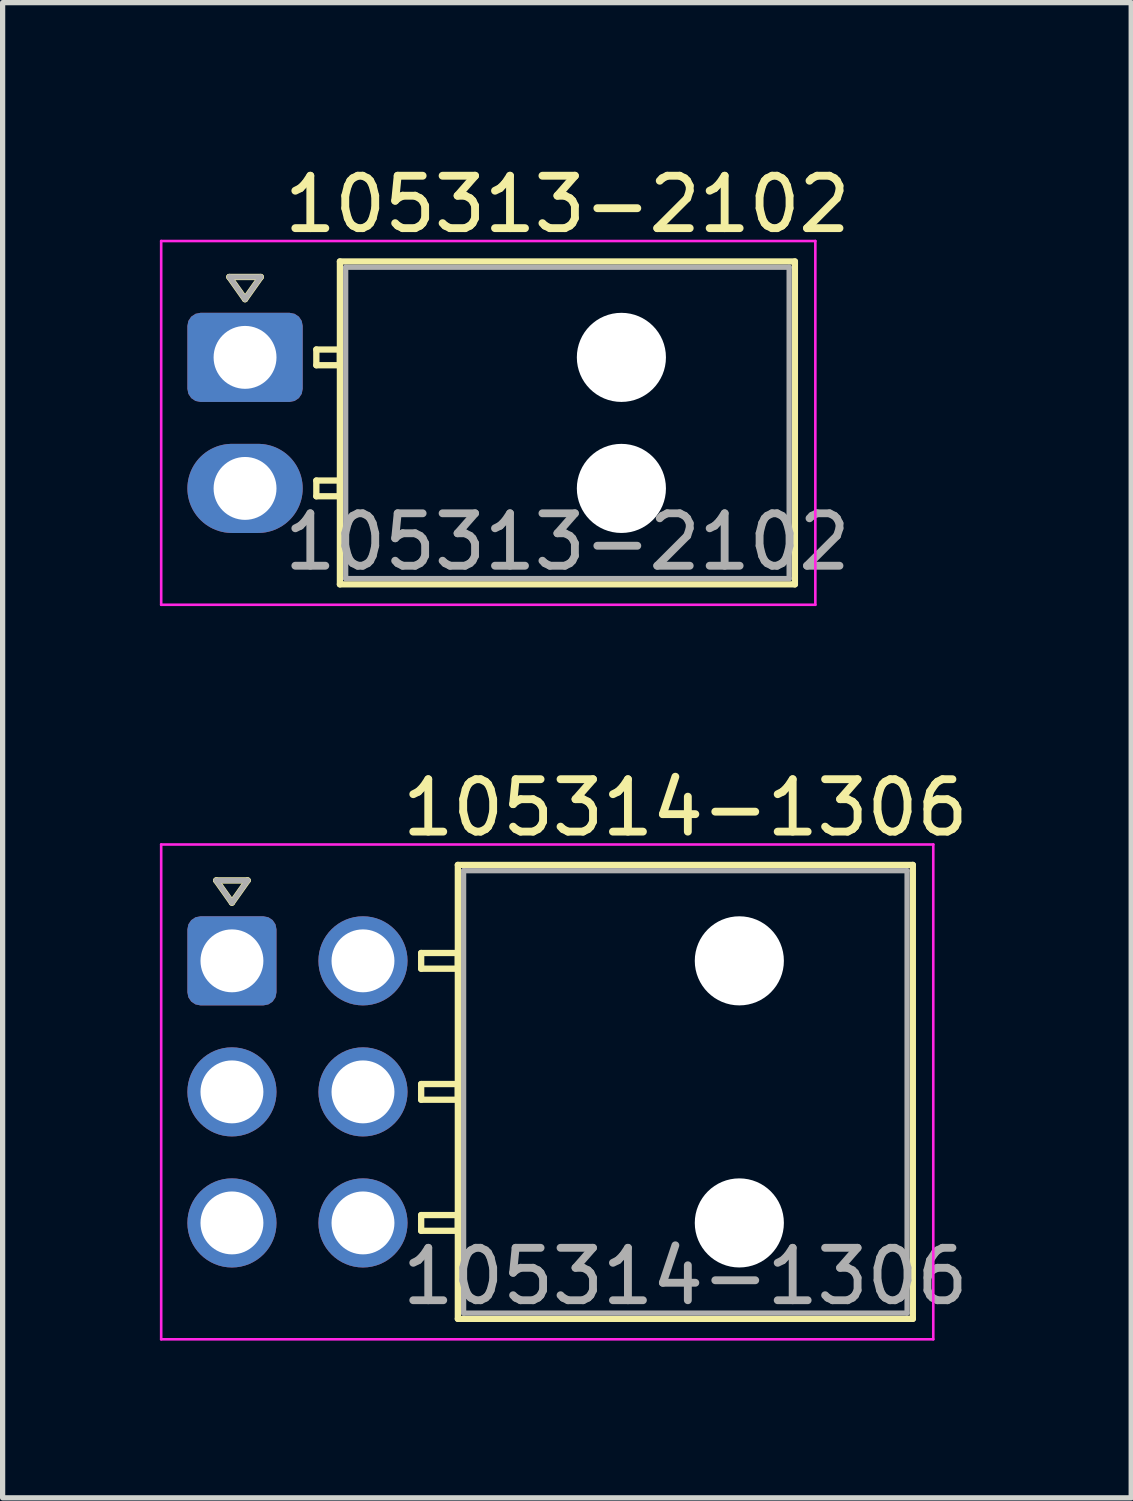
<source format=kicad_pcb>
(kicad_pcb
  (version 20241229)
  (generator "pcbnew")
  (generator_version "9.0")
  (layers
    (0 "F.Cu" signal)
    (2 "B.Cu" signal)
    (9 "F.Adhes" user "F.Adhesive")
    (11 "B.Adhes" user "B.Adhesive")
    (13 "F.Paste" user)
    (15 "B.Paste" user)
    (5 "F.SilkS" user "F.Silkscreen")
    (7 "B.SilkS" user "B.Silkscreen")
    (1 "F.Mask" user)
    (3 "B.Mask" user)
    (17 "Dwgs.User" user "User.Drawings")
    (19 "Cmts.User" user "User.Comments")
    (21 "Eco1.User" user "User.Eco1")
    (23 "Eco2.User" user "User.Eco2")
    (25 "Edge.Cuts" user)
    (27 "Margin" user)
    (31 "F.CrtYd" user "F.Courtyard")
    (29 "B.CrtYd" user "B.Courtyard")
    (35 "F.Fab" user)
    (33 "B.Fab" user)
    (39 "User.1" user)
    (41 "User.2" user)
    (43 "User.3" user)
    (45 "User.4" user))
  (footprint "105314-1306"
    (layer "F.Cu")
    (at 1.375 15.281)
    (property "Reference" "105314-1306" (at 8.65 -2.92 0) (layer "F.SilkS") (effects (font (size 1 1) (thickness 0.15))))
    (attr through_hole)
    (fp_line (start -0.3 -1.534) (end 0 -1.11) (stroke (width 0.12) (type solid)) (layer "F.SilkS"))
    (fp_line (start 0 -1.11) (end 0.3 -1.534) (stroke (width 0.12) (type solid)) (layer "F.SilkS"))
    (fp_line (start 0.3 -1.534) (end -0.3 -1.534) (stroke (width 0.12) (type solid)) (layer "F.SilkS"))
    (fp_line (start 3.61 -0.15) (end 3.61 0.15) (stroke (width 0.12) (type solid)) (layer "F.SilkS"))
    (fp_line (start 3.61 0.15) (end 4.31 0.15) (stroke (width 0.12) (type solid)) (layer "F.SilkS"))
    (fp_line (start 3.61 2.35) (end 3.61 2.65) (stroke (width 0.12) (type solid)) (layer "F.SilkS"))
    (fp_line (start 3.61 2.65) (end 4.31 2.65) (stroke (width 0.12) (type solid)) (layer "F.SilkS"))
    (fp_line (start 3.61 4.85) (end 3.61 5.15) (stroke (width 0.12) (type solid)) (layer "F.SilkS"))
    (fp_line (start 3.61 5.15) (end 4.31 5.15) (stroke (width 0.12) (type solid)) (layer "F.SilkS"))
    (fp_line (start 4.31 -1.83) (end 4.31 6.83) (stroke (width 0.12) (type solid)) (layer "F.SilkS"))
    (fp_line (start 4.31 -0.15) (end 3.61 -0.15) (stroke (width 0.12) (type solid)) (layer "F.SilkS"))
    (fp_line (start 4.31 0.15) (end 4.31 -0.15) (stroke (width 0.12) (type solid)) (layer "F.SilkS"))
    (fp_line (start 4.31 2.35) (end 3.61 2.35) (stroke (width 0.12) (type solid)) (layer "F.SilkS"))
    (fp_line (start 4.31 2.65) (end 4.31 2.35) (stroke (width 0.12) (type solid)) (layer "F.SilkS"))
    (fp_line (start 4.31 4.85) (end 3.61 4.85) (stroke (width 0.12) (type solid)) (layer "F.SilkS"))
    (fp_line (start 4.31 5.15) (end 4.31 4.85) (stroke (width 0.12) (type solid)) (layer "F.SilkS"))
    (fp_line (start 4.31 6.83) (end 12.99 6.83) (stroke (width 0.12) (type solid)) (layer "F.SilkS"))
    (fp_line (start 12.99 -1.83) (end 4.31 -1.83) (stroke (width 0.12) (type solid)) (layer "F.SilkS"))
    (fp_line (start 12.99 6.83) (end 12.99 -1.83) (stroke (width 0.12) (type solid)) (layer "F.SilkS"))
    (fp_line (start -1.35 -2.22) (end -1.35 7.22) (stroke (width 0.05) (type solid)) (layer "F.CrtYd"))
    (fp_line (start -1.35 7.22) (end 13.38 7.22) (stroke (width 0.05) (type solid)) (layer "F.CrtYd"))
    (fp_line (start 13.38 -2.22) (end -1.35 -2.22) (stroke (width 0.05) (type solid)) (layer "F.CrtYd"))
    (fp_line (start 13.38 7.22) (end 13.38 -2.22) (stroke (width 0.05) (type solid)) (layer "F.CrtYd"))
    (fp_line (start -0.3 -1.534) (end 0 -1.11) (stroke (width 0.1) (type solid)) (layer "F.Fab"))
    (fp_line (start 0 -1.11) (end 0.3 -1.534) (stroke (width 0.1) (type solid)) (layer "F.Fab"))
    (fp_line (start 0.3 -1.534) (end -0.3 -1.534) (stroke (width 0.1) (type solid)) (layer "F.Fab"))
    (fp_line (start 4.42 -1.72) (end 4.42 6.72) (stroke (width 0.1) (type solid)) (layer "F.Fab"))
    (fp_line (start 4.42 6.72) (end 12.88 6.72) (stroke (width 0.1) (type solid)) (layer "F.Fab"))
    (fp_line (start 12.88 -1.72) (end 4.42 -1.72) (stroke (width 0.1) (type solid)) (layer "F.Fab"))
    (fp_line (start 12.88 6.72) (end 12.88 -1.72) (stroke (width 0.1) (type solid)) (layer "F.Fab"))
    (fp_text user "${REFERENCE}" (at 8.65 6.02 0) (layer "F.Fab") (effects (font (size 1 1) (thickness 0.15))))
    (pad "" np_thru_hole circle (at 9.68 0) (size 1.7 1.7) (drill 1.7) (layers "*.Cu" "*.Mask"))
    (pad "" np_thru_hole circle (at 9.68 5) (size 1.7 1.7) (drill 1.7) (layers "*.Cu" "*.Mask"))
    (pad "1" thru_hole roundrect (at 0 0) (size 1.7 1.7) (drill 1.2) (layers "*.Cu" "*.Mask") (roundrect_rratio 0.147))
    (pad "2" thru_hole circle (at 0 2.5) (size 1.7 1.7) (drill 1.2) (layers "*.Cu" "*.Mask"))
    (pad "3" thru_hole circle (at 0 5) (size 1.7 1.7) (drill 1.2) (layers "*.Cu" "*.Mask"))
    (pad "4" thru_hole circle (at 2.5 0) (size 1.7 1.7) (drill 1.2) (layers "*.Cu" "*.Mask"))
    (pad "5" thru_hole circle (at 2.5 2.5) (size 1.7 1.7) (drill 1.2) (layers "*.Cu" "*.Mask"))
    (pad "6" thru_hole circle (at 2.5 5) (size 1.7 1.7) (drill 1.2) (layers "*.Cu" "*.Mask")))
  (footprint "105313-2102"
    (layer "F.Cu")
    (at 1.625 3.768)
    (property "Reference" "105313-2102" (at 6.15 -2.92 0) (layer "F.SilkS") (effects (font (size 1 1) (thickness 0.15))))
    (attr through_hole)
    (fp_line (start -0.3 -1.534) (end 0 -1.11) (stroke (width 0.12) (type solid)) (layer "F.SilkS"))
    (fp_line (start 0 -1.11) (end 0.3 -1.534) (stroke (width 0.12) (type solid)) (layer "F.SilkS"))
    (fp_line (start 0.3 -1.534) (end -0.3 -1.534) (stroke (width 0.12) (type solid)) (layer "F.SilkS"))
    (fp_line (start 1.36 -0.15) (end 1.36 0.15) (stroke (width 0.12) (type solid)) (layer "F.SilkS"))
    (fp_line (start 1.36 0.15) (end 1.81 0.15) (stroke (width 0.12) (type solid)) (layer "F.SilkS"))
    (fp_line (start 1.36 2.35) (end 1.36 2.65) (stroke (width 0.12) (type solid)) (layer "F.SilkS"))
    (fp_line (start 1.36 2.65) (end 1.81 2.65) (stroke (width 0.12) (type solid)) (layer "F.SilkS"))
    (fp_line (start 1.81 -1.83) (end 1.81 4.33) (stroke (width 0.12) (type solid)) (layer "F.SilkS"))
    (fp_line (start 1.81 -0.15) (end 1.36 -0.15) (stroke (width 0.12) (type solid)) (layer "F.SilkS"))
    (fp_line (start 1.81 0.15) (end 1.81 -0.15) (stroke (width 0.12) (type solid)) (layer "F.SilkS"))
    (fp_line (start 1.81 2.35) (end 1.36 2.35) (stroke (width 0.12) (type solid)) (layer "F.SilkS"))
    (fp_line (start 1.81 2.65) (end 1.81 2.35) (stroke (width 0.12) (type solid)) (layer "F.SilkS"))
    (fp_line (start 1.81 4.33) (end 10.49 4.33) (stroke (width 0.12) (type solid)) (layer "F.SilkS"))
    (fp_line (start 10.49 -1.83) (end 1.81 -1.83) (stroke (width 0.12) (type solid)) (layer "F.SilkS"))
    (fp_line (start 10.49 4.33) (end 10.49 -1.83) (stroke (width 0.12) (type solid)) (layer "F.SilkS"))
    (fp_line (start -1.6 -2.22) (end -1.6 4.72) (stroke (width 0.05) (type solid)) (layer "F.CrtYd"))
    (fp_line (start -1.6 4.72) (end 10.88 4.72) (stroke (width 0.05) (type solid)) (layer "F.CrtYd"))
    (fp_line (start 10.88 -2.22) (end -1.6 -2.22) (stroke (width 0.05) (type solid)) (layer "F.CrtYd"))
    (fp_line (start 10.88 4.72) (end 10.88 -2.22) (stroke (width 0.05) (type solid)) (layer "F.CrtYd"))
    (fp_line (start -0.3 -1.534) (end 0 -1.11) (stroke (width 0.1) (type solid)) (layer "F.Fab"))
    (fp_line (start 0 -1.11) (end 0.3 -1.534) (stroke (width 0.1) (type solid)) (layer "F.Fab"))
    (fp_line (start 0.3 -1.534) (end -0.3 -1.534) (stroke (width 0.1) (type solid)) (layer "F.Fab"))
    (fp_line (start 1.92 -1.72) (end 1.92 4.22) (stroke (width 0.1) (type solid)) (layer "F.Fab"))
    (fp_line (start 1.92 4.22) (end 10.38 4.22) (stroke (width 0.1) (type solid)) (layer "F.Fab"))
    (fp_line (start 10.38 -1.72) (end 1.92 -1.72) (stroke (width 0.1) (type solid)) (layer "F.Fab"))
    (fp_line (start 10.38 4.22) (end 10.38 -1.72) (stroke (width 0.1) (type solid)) (layer "F.Fab"))
    (fp_text user "${REFERENCE}" (at 6.15 3.52 0) (layer "F.Fab") (effects (font (size 1 1) (thickness 0.15))))
    (pad "" np_thru_hole circle (at 7.18 0) (size 1.7 1.7) (drill 1.7) (layers "*.Cu" "*.Mask"))
    (pad "" np_thru_hole circle (at 7.18 2.5) (size 1.7 1.7) (drill 1.7) (layers "*.Cu" "*.Mask"))
    (pad "1" thru_hole roundrect (at 0 0) (size 2.2 1.7) (drill 1.2) (layers "*.Cu" "*.Mask") (roundrect_rratio 0.147))
    (pad "2" thru_hole oval (at 0 2.5) (size 2.2 1.7) (drill 1.2) (layers "*.Cu" "*.Mask")))
  (gr_rect
    (start -3 -3)
    (end 18.531 25.526)
    (stroke (width 0.1) (type default))
    (fill no)
    (layer "Edge.Cuts")))
</source>
